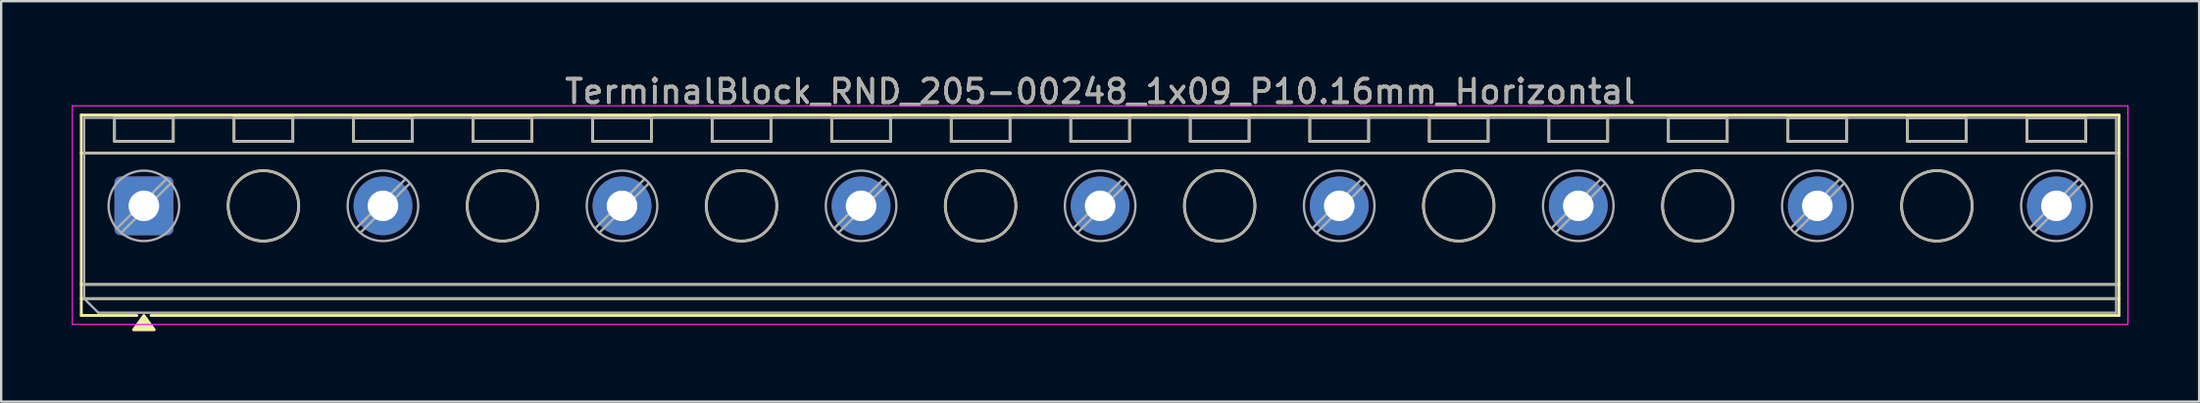
<source format=kicad_pcb>
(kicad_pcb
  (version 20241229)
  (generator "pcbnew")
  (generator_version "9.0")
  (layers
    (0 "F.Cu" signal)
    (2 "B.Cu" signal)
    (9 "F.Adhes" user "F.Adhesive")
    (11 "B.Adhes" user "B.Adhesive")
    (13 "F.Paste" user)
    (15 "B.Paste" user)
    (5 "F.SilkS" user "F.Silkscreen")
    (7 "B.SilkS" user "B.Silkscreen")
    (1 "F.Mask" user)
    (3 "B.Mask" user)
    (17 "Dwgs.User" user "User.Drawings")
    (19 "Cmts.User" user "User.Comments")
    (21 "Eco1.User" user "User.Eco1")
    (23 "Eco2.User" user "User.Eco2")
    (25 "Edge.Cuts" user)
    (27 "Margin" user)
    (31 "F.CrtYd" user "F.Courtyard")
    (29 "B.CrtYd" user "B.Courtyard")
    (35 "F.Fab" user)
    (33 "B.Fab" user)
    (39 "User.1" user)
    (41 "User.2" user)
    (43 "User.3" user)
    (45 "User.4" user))
  (footprint "TerminalBlock_RND_205-00248_1x09_P10.16mm_Horizontal"
    (layer "F.Cu")
    (at 3.065 5.718)
    (property "Reference" "TerminalBlock_RND_205-00248_1x09_P10.16mm_Horizontal" (at 40.64 -4.87 0) (layer "F.SilkS") (effects (font (size 1 1) (thickness 0.15))))
    (attr through_hole)
    (fp_line (start -2.66 -3.87) (end -2.66 4.67) (stroke (width 0.12) (type solid)) (layer "F.SilkS"))
    (fp_line (start -2.66 -3.87) (end 83.94 -3.87) (stroke (width 0.12) (type solid)) (layer "F.SilkS"))
    (fp_line (start -2.66 -2.25) (end 83.94 -2.25) (stroke (width 0.12) (type solid)) (layer "F.SilkS"))
    (fp_line (start -2.66 3.35) (end 83.94 3.35) (stroke (width 0.12) (type solid)) (layer "F.SilkS"))
    (fp_line (start -2.66 3.95) (end 83.94 3.95) (stroke (width 0.12) (type solid)) (layer "F.SilkS"))
    (fp_line (start -2.66 4.67) (end -0.3 4.67) (stroke (width 0.12) (type solid)) (layer "F.SilkS"))
    (fp_line (start -1.25 -3.75) (end -1.25 -2.75) (stroke (width 0.12) (type solid)) (layer "F.SilkS"))
    (fp_line (start -1.25 -3.75) (end 1.25 -3.75) (stroke (width 0.12) (type solid)) (layer "F.SilkS"))
    (fp_line (start -1.25 -2.75) (end 1.25 -2.75) (stroke (width 0.12) (type solid)) (layer "F.SilkS"))
    (fp_line (start 0.3 4.67) (end 83.94 4.67) (stroke (width 0.12) (type solid)) (layer "F.SilkS"))
    (fp_line (start 1.25 -3.75) (end 1.25 -2.75) (stroke (width 0.12) (type solid)) (layer "F.SilkS"))
    (fp_line (start 3.83 -3.75) (end 3.83 -2.75) (stroke (width 0.12) (type solid)) (layer "F.SilkS"))
    (fp_line (start 3.83 -3.75) (end 6.33 -3.75) (stroke (width 0.12) (type solid)) (layer "F.SilkS"))
    (fp_line (start 3.83 -2.75) (end 6.33 -2.75) (stroke (width 0.12) (type solid)) (layer "F.SilkS"))
    (fp_line (start 6.33 -3.75) (end 6.33 -2.75) (stroke (width 0.12) (type solid)) (layer "F.SilkS"))
    (fp_line (start 8.91 -3.75) (end 8.91 -2.75) (stroke (width 0.12) (type solid)) (layer "F.SilkS"))
    (fp_line (start 8.91 -3.75) (end 11.41 -3.75) (stroke (width 0.12) (type solid)) (layer "F.SilkS"))
    (fp_line (start 8.91 -2.75) (end 11.41 -2.75) (stroke (width 0.12) (type solid)) (layer "F.SilkS"))
    (fp_line (start 11.41 -3.75) (end 11.41 -2.75) (stroke (width 0.12) (type solid)) (layer "F.SilkS"))
    (fp_line (start 13.99 -3.75) (end 13.99 -2.75) (stroke (width 0.12) (type solid)) (layer "F.SilkS"))
    (fp_line (start 13.99 -3.75) (end 16.49 -3.75) (stroke (width 0.12) (type solid)) (layer "F.SilkS"))
    (fp_line (start 13.99 -2.75) (end 16.49 -2.75) (stroke (width 0.12) (type solid)) (layer "F.SilkS"))
    (fp_line (start 16.49 -3.75) (end 16.49 -2.75) (stroke (width 0.12) (type solid)) (layer "F.SilkS"))
    (fp_line (start 19.07 -3.75) (end 19.07 -2.75) (stroke (width 0.12) (type solid)) (layer "F.SilkS"))
    (fp_line (start 19.07 -3.75) (end 21.57 -3.75) (stroke (width 0.12) (type solid)) (layer "F.SilkS"))
    (fp_line (start 19.07 -2.75) (end 21.57 -2.75) (stroke (width 0.12) (type solid)) (layer "F.SilkS"))
    (fp_line (start 21.57 -3.75) (end 21.57 -2.75) (stroke (width 0.12) (type solid)) (layer "F.SilkS"))
    (fp_line (start 24.15 -3.75) (end 24.15 -2.75) (stroke (width 0.12) (type solid)) (layer "F.SilkS"))
    (fp_line (start 24.15 -3.75) (end 26.65 -3.75) (stroke (width 0.12) (type solid)) (layer "F.SilkS"))
    (fp_line (start 24.15 -2.75) (end 26.65 -2.75) (stroke (width 0.12) (type solid)) (layer "F.SilkS"))
    (fp_line (start 26.65 -3.75) (end 26.65 -2.75) (stroke (width 0.12) (type solid)) (layer "F.SilkS"))
    (fp_line (start 29.23 -3.75) (end 29.23 -2.75) (stroke (width 0.12) (type solid)) (layer "F.SilkS"))
    (fp_line (start 29.23 -3.75) (end 31.73 -3.75) (stroke (width 0.12) (type solid)) (layer "F.SilkS"))
    (fp_line (start 29.23 -2.75) (end 31.73 -2.75) (stroke (width 0.12) (type solid)) (layer "F.SilkS"))
    (fp_line (start 31.73 -3.75) (end 31.73 -2.75) (stroke (width 0.12) (type solid)) (layer "F.SilkS"))
    (fp_line (start 34.31 -3.75) (end 34.31 -2.75) (stroke (width 0.12) (type solid)) (layer "F.SilkS"))
    (fp_line (start 34.31 -3.75) (end 36.81 -3.75) (stroke (width 0.12) (type solid)) (layer "F.SilkS"))
    (fp_line (start 34.31 -2.75) (end 36.81 -2.75) (stroke (width 0.12) (type solid)) (layer "F.SilkS"))
    (fp_line (start 36.81 -3.75) (end 36.81 -2.75) (stroke (width 0.12) (type solid)) (layer "F.SilkS"))
    (fp_line (start 39.39 -3.75) (end 39.39 -2.75) (stroke (width 0.12) (type solid)) (layer "F.SilkS"))
    (fp_line (start 39.39 -3.75) (end 41.89 -3.75) (stroke (width 0.12) (type solid)) (layer "F.SilkS"))
    (fp_line (start 39.39 -2.75) (end 41.89 -2.75) (stroke (width 0.12) (type solid)) (layer "F.SilkS"))
    (fp_line (start 41.89 -3.75) (end 41.89 -2.75) (stroke (width 0.12) (type solid)) (layer "F.SilkS"))
    (fp_line (start 44.47 -3.75) (end 44.47 -2.75) (stroke (width 0.12) (type solid)) (layer "F.SilkS"))
    (fp_line (start 44.47 -3.75) (end 46.97 -3.75) (stroke (width 0.12) (type solid)) (layer "F.SilkS"))
    (fp_line (start 44.47 -2.75) (end 46.97 -2.75) (stroke (width 0.12) (type solid)) (layer "F.SilkS"))
    (fp_line (start 46.97 -3.75) (end 46.97 -2.75) (stroke (width 0.12) (type solid)) (layer "F.SilkS"))
    (fp_line (start 49.55 -3.75) (end 49.55 -2.75) (stroke (width 0.12) (type solid)) (layer "F.SilkS"))
    (fp_line (start 49.55 -3.75) (end 52.05 -3.75) (stroke (width 0.12) (type solid)) (layer "F.SilkS"))
    (fp_line (start 49.55 -2.75) (end 52.05 -2.75) (stroke (width 0.12) (type solid)) (layer "F.SilkS"))
    (fp_line (start 52.05 -3.75) (end 52.05 -2.75) (stroke (width 0.12) (type solid)) (layer "F.SilkS"))
    (fp_line (start 54.63 -3.75) (end 54.63 -2.75) (stroke (width 0.12) (type solid)) (layer "F.SilkS"))
    (fp_line (start 54.63 -3.75) (end 57.13 -3.75) (stroke (width 0.12) (type solid)) (layer "F.SilkS"))
    (fp_line (start 54.63 -2.75) (end 57.13 -2.75) (stroke (width 0.12) (type solid)) (layer "F.SilkS"))
    (fp_line (start 57.13 -3.75) (end 57.13 -2.75) (stroke (width 0.12) (type solid)) (layer "F.SilkS"))
    (fp_line (start 59.71 -3.75) (end 59.71 -2.75) (stroke (width 0.12) (type solid)) (layer "F.SilkS"))
    (fp_line (start 59.71 -3.75) (end 62.21 -3.75) (stroke (width 0.12) (type solid)) (layer "F.SilkS"))
    (fp_line (start 59.71 -2.75) (end 62.21 -2.75) (stroke (width 0.12) (type solid)) (layer "F.SilkS"))
    (fp_line (start 62.21 -3.75) (end 62.21 -2.75) (stroke (width 0.12) (type solid)) (layer "F.SilkS"))
    (fp_line (start 64.79 -3.75) (end 64.79 -2.75) (stroke (width 0.12) (type solid)) (layer "F.SilkS"))
    (fp_line (start 64.79 -3.75) (end 67.29 -3.75) (stroke (width 0.12) (type solid)) (layer "F.SilkS"))
    (fp_line (start 64.79 -2.75) (end 67.29 -2.75) (stroke (width 0.12) (type solid)) (layer "F.SilkS"))
    (fp_line (start 67.29 -3.75) (end 67.29 -2.75) (stroke (width 0.12) (type solid)) (layer "F.SilkS"))
    (fp_line (start 69.87 -3.75) (end 69.87 -2.75) (stroke (width 0.12) (type solid)) (layer "F.SilkS"))
    (fp_line (start 69.87 -3.75) (end 72.37 -3.75) (stroke (width 0.12) (type solid)) (layer "F.SilkS"))
    (fp_line (start 69.87 -2.75) (end 72.37 -2.75) (stroke (width 0.12) (type solid)) (layer "F.SilkS"))
    (fp_line (start 72.37 -3.75) (end 72.37 -2.75) (stroke (width 0.12) (type solid)) (layer "F.SilkS"))
    (fp_line (start 74.95 -3.75) (end 74.95 -2.75) (stroke (width 0.12) (type solid)) (layer "F.SilkS"))
    (fp_line (start 74.95 -3.75) (end 77.45 -3.75) (stroke (width 0.12) (type solid)) (layer "F.SilkS"))
    (fp_line (start 74.95 -2.75) (end 77.45 -2.75) (stroke (width 0.12) (type solid)) (layer "F.SilkS"))
    (fp_line (start 77.45 -3.75) (end 77.45 -2.75) (stroke (width 0.12) (type solid)) (layer "F.SilkS"))
    (fp_line (start 80.03 -3.75) (end 80.03 -2.75) (stroke (width 0.12) (type solid)) (layer "F.SilkS"))
    (fp_line (start 80.03 -3.75) (end 82.53 -3.75) (stroke (width 0.12) (type solid)) (layer "F.SilkS"))
    (fp_line (start 80.03 -2.75) (end 82.53 -2.75) (stroke (width 0.12) (type solid)) (layer "F.SilkS"))
    (fp_line (start 82.53 -3.75) (end 82.53 -2.75) (stroke (width 0.12) (type solid)) (layer "F.SilkS"))
    (fp_line (start 83.94 -3.87) (end 83.94 4.67) (stroke (width 0.12) (type solid)) (layer "F.SilkS"))
    (fp_circle (center 5.08 0) (end 6.58 0) (stroke (width 0.12) (type solid)) (fill no) (layer "F.SilkS"))
    (fp_circle (center 15.24 0) (end 16.74 0) (stroke (width 0.12) (type solid)) (fill no) (layer "F.SilkS"))
    (fp_circle (center 25.4 0) (end 26.9 0) (stroke (width 0.12) (type solid)) (fill no) (layer "F.SilkS"))
    (fp_circle (center 35.56 0) (end 37.06 0) (stroke (width 0.12) (type solid)) (fill no) (layer "F.SilkS"))
    (fp_circle (center 45.72 0) (end 47.22 0) (stroke (width 0.12) (type solid)) (fill no) (layer "F.SilkS"))
    (fp_circle (center 55.88 0) (end 57.38 0) (stroke (width 0.12) (type solid)) (fill no) (layer "F.SilkS"))
    (fp_circle (center 66.04 0) (end 67.54 0) (stroke (width 0.12) (type solid)) (fill no) (layer "F.SilkS"))
    (fp_circle (center 76.2 0) (end 77.7 0) (stroke (width 0.12) (type solid)) (fill no) (layer "F.SilkS"))
    (fp_poly (pts (xy 0 4.67) (xy 0.44 5.28) (xy -0.44 5.28)) (stroke (width 0.12) (type solid)) (fill yes) (layer "F.SilkS"))
    (fp_line (start -3.04 -4.26) (end -3.04 5.05) (stroke (width 0.05) (type solid)) (layer "F.CrtYd"))
    (fp_line (start -3.04 5.05) (end 84.32 5.05) (stroke (width 0.05) (type solid)) (layer "F.CrtYd"))
    (fp_line (start 84.32 -4.26) (end -3.04 -4.26) (stroke (width 0.05) (type solid)) (layer "F.CrtYd"))
    (fp_line (start 84.32 5.05) (end 84.32 -4.26) (stroke (width 0.05) (type solid)) (layer "F.CrtYd"))
    (fp_line (start -2.54 -3.75) (end 83.82 -3.75) (stroke (width 0.1) (type solid)) (layer "F.Fab"))
    (fp_line (start -2.54 -2.25) (end 83.82 -2.25) (stroke (width 0.1) (type solid)) (layer "F.Fab"))
    (fp_line (start -2.54 3.35) (end 83.82 3.35) (stroke (width 0.1) (type solid)) (layer "F.Fab"))
    (fp_line (start -2.54 3.95) (end -2.54 -3.75) (stroke (width 0.1) (type solid)) (layer "F.Fab"))
    (fp_line (start -2.54 3.95) (end 83.82 3.95) (stroke (width 0.1) (type solid)) (layer "F.Fab"))
    (fp_line (start -1.94 4.55) (end -2.54 3.95) (stroke (width 0.1) (type solid)) (layer "F.Fab"))
    (fp_line (start -1.25 -3.75) (end -1.25 -2.75) (stroke (width 0.1) (type solid)) (layer "F.Fab"))
    (fp_line (start -1.25 -2.75) (end 1.25 -2.75) (stroke (width 0.1) (type solid)) (layer "F.Fab"))
    (fp_line (start 0.955 -1.138) (end -1.138 0.955) (stroke (width 0.1) (type solid)) (layer "F.Fab"))
    (fp_line (start 1.138 -0.955) (end -0.955 1.138) (stroke (width 0.1) (type solid)) (layer "F.Fab"))
    (fp_line (start 1.25 -3.75) (end -1.25 -3.75) (stroke (width 0.1) (type solid)) (layer "F.Fab"))
    (fp_line (start 1.25 -2.75) (end 1.25 -3.75) (stroke (width 0.1) (type solid)) (layer "F.Fab"))
    (fp_line (start 3.83 -3.75) (end 3.83 -2.75) (stroke (width 0.1) (type solid)) (layer "F.Fab"))
    (fp_line (start 3.83 -2.75) (end 6.33 -2.75) (stroke (width 0.1) (type solid)) (layer "F.Fab"))
    (fp_line (start 6.33 -3.75) (end 3.83 -3.75) (stroke (width 0.1) (type solid)) (layer "F.Fab"))
    (fp_line (start 6.33 -2.75) (end 6.33 -3.75) (stroke (width 0.1) (type solid)) (layer "F.Fab"))
    (fp_line (start 8.91 -3.75) (end 8.91 -2.75) (stroke (width 0.1) (type solid)) (layer "F.Fab"))
    (fp_line (start 8.91 -2.75) (end 11.41 -2.75) (stroke (width 0.1) (type solid)) (layer "F.Fab"))
    (fp_line (start 11.115 -1.138) (end 9.022 0.955) (stroke (width 0.1) (type solid)) (layer "F.Fab"))
    (fp_line (start 11.298 -0.955) (end 9.205 1.138) (stroke (width 0.1) (type solid)) (layer "F.Fab"))
    (fp_line (start 11.41 -3.75) (end 8.91 -3.75) (stroke (width 0.1) (type solid)) (layer "F.Fab"))
    (fp_line (start 11.41 -2.75) (end 11.41 -3.75) (stroke (width 0.1) (type solid)) (layer "F.Fab"))
    (fp_line (start 13.99 -3.75) (end 13.99 -2.75) (stroke (width 0.1) (type solid)) (layer "F.Fab"))
    (fp_line (start 13.99 -2.75) (end 16.49 -2.75) (stroke (width 0.1) (type solid)) (layer "F.Fab"))
    (fp_line (start 16.49 -3.75) (end 13.99 -3.75) (stroke (width 0.1) (type solid)) (layer "F.Fab"))
    (fp_line (start 16.49 -2.75) (end 16.49 -3.75) (stroke (width 0.1) (type solid)) (layer "F.Fab"))
    (fp_line (start 19.07 -3.75) (end 19.07 -2.75) (stroke (width 0.1) (type solid)) (layer "F.Fab"))
    (fp_line (start 19.07 -2.75) (end 21.57 -2.75) (stroke (width 0.1) (type solid)) (layer "F.Fab"))
    (fp_line (start 21.275 -1.138) (end 19.182 0.955) (stroke (width 0.1) (type solid)) (layer "F.Fab"))
    (fp_line (start 21.458 -0.955) (end 19.365 1.138) (stroke (width 0.1) (type solid)) (layer "F.Fab"))
    (fp_line (start 21.57 -3.75) (end 19.07 -3.75) (stroke (width 0.1) (type solid)) (layer "F.Fab"))
    (fp_line (start 21.57 -2.75) (end 21.57 -3.75) (stroke (width 0.1) (type solid)) (layer "F.Fab"))
    (fp_line (start 24.15 -3.75) (end 24.15 -2.75) (stroke (width 0.1) (type solid)) (layer "F.Fab"))
    (fp_line (start 24.15 -2.75) (end 26.65 -2.75) (stroke (width 0.1) (type solid)) (layer "F.Fab"))
    (fp_line (start 26.65 -3.75) (end 24.15 -3.75) (stroke (width 0.1) (type solid)) (layer "F.Fab"))
    (fp_line (start 26.65 -2.75) (end 26.65 -3.75) (stroke (width 0.1) (type solid)) (layer "F.Fab"))
    (fp_line (start 29.23 -3.75) (end 29.23 -2.75) (stroke (width 0.1) (type solid)) (layer "F.Fab"))
    (fp_line (start 29.23 -2.75) (end 31.73 -2.75) (stroke (width 0.1) (type solid)) (layer "F.Fab"))
    (fp_line (start 31.435 -1.138) (end 29.342 0.955) (stroke (width 0.1) (type solid)) (layer "F.Fab"))
    (fp_line (start 31.618 -0.955) (end 29.525 1.138) (stroke (width 0.1) (type solid)) (layer "F.Fab"))
    (fp_line (start 31.73 -3.75) (end 29.23 -3.75) (stroke (width 0.1) (type solid)) (layer "F.Fab"))
    (fp_line (start 31.73 -2.75) (end 31.73 -3.75) (stroke (width 0.1) (type solid)) (layer "F.Fab"))
    (fp_line (start 34.31 -3.75) (end 34.31 -2.75) (stroke (width 0.1) (type solid)) (layer "F.Fab"))
    (fp_line (start 34.31 -2.75) (end 36.81 -2.75) (stroke (width 0.1) (type solid)) (layer "F.Fab"))
    (fp_line (start 36.81 -3.75) (end 34.31 -3.75) (stroke (width 0.1) (type solid)) (layer "F.Fab"))
    (fp_line (start 36.81 -2.75) (end 36.81 -3.75) (stroke (width 0.1) (type solid)) (layer "F.Fab"))
    (fp_line (start 39.39 -3.75) (end 39.39 -2.75) (stroke (width 0.1) (type solid)) (layer "F.Fab"))
    (fp_line (start 39.39 -2.75) (end 41.89 -2.75) (stroke (width 0.1) (type solid)) (layer "F.Fab"))
    (fp_line (start 41.595 -1.138) (end 39.502 0.955) (stroke (width 0.1) (type solid)) (layer "F.Fab"))
    (fp_line (start 41.778 -0.955) (end 39.685 1.138) (stroke (width 0.1) (type solid)) (layer "F.Fab"))
    (fp_line (start 41.89 -3.75) (end 39.39 -3.75) (stroke (width 0.1) (type solid)) (layer "F.Fab"))
    (fp_line (start 41.89 -2.75) (end 41.89 -3.75) (stroke (width 0.1) (type solid)) (layer "F.Fab"))
    (fp_line (start 44.47 -3.75) (end 44.47 -2.75) (stroke (width 0.1) (type solid)) (layer "F.Fab"))
    (fp_line (start 44.47 -2.75) (end 46.97 -2.75) (stroke (width 0.1) (type solid)) (layer "F.Fab"))
    (fp_line (start 46.97 -3.75) (end 44.47 -3.75) (stroke (width 0.1) (type solid)) (layer "F.Fab"))
    (fp_line (start 46.97 -2.75) (end 46.97 -3.75) (stroke (width 0.1) (type solid)) (layer "F.Fab"))
    (fp_line (start 49.55 -3.75) (end 49.55 -2.75) (stroke (width 0.1) (type solid)) (layer "F.Fab"))
    (fp_line (start 49.55 -2.75) (end 52.05 -2.75) (stroke (width 0.1) (type solid)) (layer "F.Fab"))
    (fp_line (start 51.755 -1.138) (end 49.662 0.955) (stroke (width 0.1) (type solid)) (layer "F.Fab"))
    (fp_line (start 51.938 -0.955) (end 49.845 1.138) (stroke (width 0.1) (type solid)) (layer "F.Fab"))
    (fp_line (start 52.05 -3.75) (end 49.55 -3.75) (stroke (width 0.1) (type solid)) (layer "F.Fab"))
    (fp_line (start 52.05 -2.75) (end 52.05 -3.75) (stroke (width 0.1) (type solid)) (layer "F.Fab"))
    (fp_line (start 54.63 -3.75) (end 54.63 -2.75) (stroke (width 0.1) (type solid)) (layer "F.Fab"))
    (fp_line (start 54.63 -2.75) (end 57.13 -2.75) (stroke (width 0.1) (type solid)) (layer "F.Fab"))
    (fp_line (start 57.13 -3.75) (end 54.63 -3.75) (stroke (width 0.1) (type solid)) (layer "F.Fab"))
    (fp_line (start 57.13 -2.75) (end 57.13 -3.75) (stroke (width 0.1) (type solid)) (layer "F.Fab"))
    (fp_line (start 59.71 -3.75) (end 59.71 -2.75) (stroke (width 0.1) (type solid)) (layer "F.Fab"))
    (fp_line (start 59.71 -2.75) (end 62.21 -2.75) (stroke (width 0.1) (type solid)) (layer "F.Fab"))
    (fp_line (start 61.915 -1.138) (end 59.822 0.955) (stroke (width 0.1) (type solid)) (layer "F.Fab"))
    (fp_line (start 62.098 -0.955) (end 60.005 1.138) (stroke (width 0.1) (type solid)) (layer "F.Fab"))
    (fp_line (start 62.21 -3.75) (end 59.71 -3.75) (stroke (width 0.1) (type solid)) (layer "F.Fab"))
    (fp_line (start 62.21 -2.75) (end 62.21 -3.75) (stroke (width 0.1) (type solid)) (layer "F.Fab"))
    (fp_line (start 64.79 -3.75) (end 64.79 -2.75) (stroke (width 0.1) (type solid)) (layer "F.Fab"))
    (fp_line (start 64.79 -2.75) (end 67.29 -2.75) (stroke (width 0.1) (type solid)) (layer "F.Fab"))
    (fp_line (start 67.29 -3.75) (end 64.79 -3.75) (stroke (width 0.1) (type solid)) (layer "F.Fab"))
    (fp_line (start 67.29 -2.75) (end 67.29 -3.75) (stroke (width 0.1) (type solid)) (layer "F.Fab"))
    (fp_line (start 69.87 -3.75) (end 69.87 -2.75) (stroke (width 0.1) (type solid)) (layer "F.Fab"))
    (fp_line (start 69.87 -2.75) (end 72.37 -2.75) (stroke (width 0.1) (type solid)) (layer "F.Fab"))
    (fp_line (start 72.075 -1.138) (end 69.982 0.955) (stroke (width 0.1) (type solid)) (layer "F.Fab"))
    (fp_line (start 72.258 -0.955) (end 70.165 1.138) (stroke (width 0.1) (type solid)) (layer "F.Fab"))
    (fp_line (start 72.37 -3.75) (end 69.87 -3.75) (stroke (width 0.1) (type solid)) (layer "F.Fab"))
    (fp_line (start 72.37 -2.75) (end 72.37 -3.75) (stroke (width 0.1) (type solid)) (layer "F.Fab"))
    (fp_line (start 74.95 -3.75) (end 74.95 -2.75) (stroke (width 0.1) (type solid)) (layer "F.Fab"))
    (fp_line (start 74.95 -2.75) (end 77.45 -2.75) (stroke (width 0.1) (type solid)) (layer "F.Fab"))
    (fp_line (start 77.45 -3.75) (end 74.95 -3.75) (stroke (width 0.1) (type solid)) (layer "F.Fab"))
    (fp_line (start 77.45 -2.75) (end 77.45 -3.75) (stroke (width 0.1) (type solid)) (layer "F.Fab"))
    (fp_line (start 80.03 -3.75) (end 80.03 -2.75) (stroke (width 0.1) (type solid)) (layer "F.Fab"))
    (fp_line (start 80.03 -2.75) (end 82.53 -2.75) (stroke (width 0.1) (type solid)) (layer "F.Fab"))
    (fp_line (start 82.235 -1.138) (end 80.142 0.955) (stroke (width 0.1) (type solid)) (layer "F.Fab"))
    (fp_line (start 82.418 -0.955) (end 80.325 1.138) (stroke (width 0.1) (type solid)) (layer "F.Fab"))
    (fp_line (start 82.53 -3.75) (end 80.03 -3.75) (stroke (width 0.1) (type solid)) (layer "F.Fab"))
    (fp_line (start 82.53 -2.75) (end 82.53 -3.75) (stroke (width 0.1) (type solid)) (layer "F.Fab"))
    (fp_line (start 83.82 -3.75) (end 83.82 4.55) (stroke (width 0.1) (type solid)) (layer "F.Fab"))
    (fp_line (start 83.82 4.55) (end -1.94 4.55) (stroke (width 0.1) (type solid)) (layer "F.Fab"))
    (fp_circle (center 0 0) (end 1.5 0) (stroke (width 0.1) (type solid)) (fill no) (layer "F.Fab"))
    (fp_circle (center 5.08 0) (end 6.58 0) (stroke (width 0.1) (type solid)) (fill no) (layer "F.Fab"))
    (fp_circle (center 10.16 0) (end 11.66 0) (stroke (width 0.1) (type solid)) (fill no) (layer "F.Fab"))
    (fp_circle (center 15.24 0) (end 16.74 0) (stroke (width 0.1) (type solid)) (fill no) (layer "F.Fab"))
    (fp_circle (center 20.32 0) (end 21.82 0) (stroke (width 0.1) (type solid)) (fill no) (layer "F.Fab"))
    (fp_circle (center 25.4 0) (end 26.9 0) (stroke (width 0.1) (type solid)) (fill no) (layer "F.Fab"))
    (fp_circle (center 30.48 0) (end 31.98 0) (stroke (width 0.1) (type solid)) (fill no) (layer "F.Fab"))
    (fp_circle (center 35.56 0) (end 37.06 0) (stroke (width 0.1) (type solid)) (fill no) (layer "F.Fab"))
    (fp_circle (center 40.64 0) (end 42.14 0) (stroke (width 0.1) (type solid)) (fill no) (layer "F.Fab"))
    (fp_circle (center 45.72 0) (end 47.22 0) (stroke (width 0.1) (type solid)) (fill no) (layer "F.Fab"))
    (fp_circle (center 50.8 0) (end 52.3 0) (stroke (width 0.1) (type solid)) (fill no) (layer "F.Fab"))
    (fp_circle (center 55.88 0) (end 57.38 0) (stroke (width 0.1) (type solid)) (fill no) (layer "F.Fab"))
    (fp_circle (center 60.96 0) (end 62.46 0) (stroke (width 0.1) (type solid)) (fill no) (layer "F.Fab"))
    (fp_circle (center 66.04 0) (end 67.54 0) (stroke (width 0.1) (type solid)) (fill no) (layer "F.Fab"))
    (fp_circle (center 71.12 0) (end 72.62 0) (stroke (width 0.1) (type solid)) (fill no) (layer "F.Fab"))
    (fp_circle (center 76.2 0) (end 77.7 0) (stroke (width 0.1) (type solid)) (fill no) (layer "F.Fab"))
    (fp_circle (center 81.28 0) (end 82.78 0) (stroke (width 0.1) (type solid)) (fill no) (layer "F.Fab"))
    (fp_text user "${REFERENCE}" (at 40.64 -4.87 0) (layer "F.Fab") (effects (font (size 1 1) (thickness 0.15))))
    (pad "1" thru_hole roundrect (at 0 0) (size 2.5 2.5) (drill 1.3) (layers "*.Cu" "*.Mask") (roundrect_rratio 0.1))
    (pad "2" thru_hole circle (at 10.16 0) (size 2.5 2.5) (drill 1.3) (layers "*.Cu" "*.Mask"))
    (pad "3" thru_hole circle (at 20.32 0) (size 2.5 2.5) (drill 1.3) (layers "*.Cu" "*.Mask"))
    (pad "4" thru_hole circle (at 30.48 0) (size 2.5 2.5) (drill 1.3) (layers "*.Cu" "*.Mask"))
    (pad "5" thru_hole circle (at 40.64 0) (size 2.5 2.5) (drill 1.3) (layers "*.Cu" "*.Mask"))
    (pad "6" thru_hole circle (at 50.8 0) (size 2.5 2.5) (drill 1.3) (layers "*.Cu" "*.Mask"))
    (pad "7" thru_hole circle (at 60.96 0) (size 2.5 2.5) (drill 1.3) (layers "*.Cu" "*.Mask"))
    (pad "8" thru_hole circle (at 71.12 0) (size 2.5 2.5) (drill 1.3) (layers "*.Cu" "*.Mask"))
    (pad "9" thru_hole circle (at 81.28 0) (size 2.5 2.5) (drill 1.3) (layers "*.Cu" "*.Mask")))
  (gr_rect
    (start -3 -3)
    (end 90.41 14.058)
    (stroke (width 0.1) (type default))
    (fill no)
    (layer "Edge.Cuts")))
</source>
